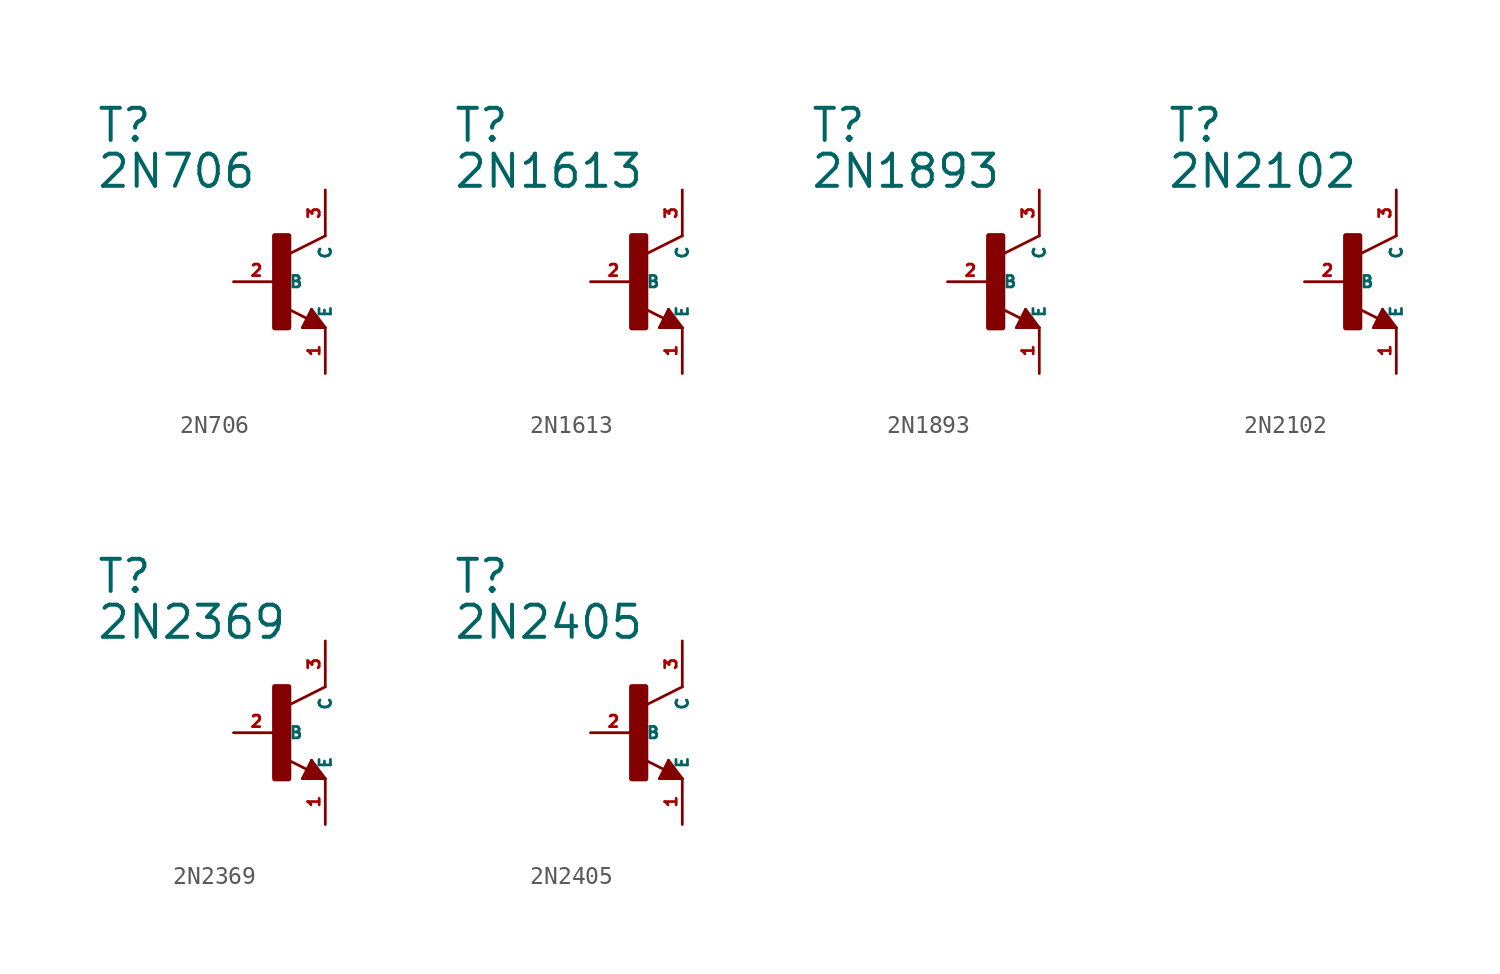
<source format=kicad_sym>
(kicad_symbol_lib
  (version 20220914)
  (generator Eagle2Kicad)
  (symbol "2N706"
    (property "Reference" "T"
      (at -10.16 7.62 0)
      (effects (font (size 1.778 1.778) (thickness 0.22)) (justify left bottom)))
    (property "Value" "2N706"
      (at -10.16 5.08 0)
      (effects (font (size 1.778 1.778) (thickness 0.22)) (justify left bottom)))
    (polyline
      (pts (xy 2.54 2.54) (xy 0.508 1.524))
      (stroke (width 0.152) (type default))
      (fill (type none)))
    (polyline
      (pts (xy 1.778 -1.524) (xy 2.54 -2.54))
      (stroke (width 0.152) (type default))
      (fill (type none)))
    (polyline
      (pts (xy 2.54 -2.54) (xy 1.27 -2.54))
      (stroke (width 0.152) (type default))
      (fill (type none)))
    (polyline
      (pts (xy 1.27 -2.54) (xy 1.778 -1.524))
      (stroke (width 0.152) (type default))
      (fill (type none)))
    (polyline
      (pts (xy 1.54 -2.04) (xy 0.308 -1.424))
      (stroke (width 0.152) (type default))
      (fill (type none)))
    (polyline
      (pts (xy 1.524 -2.413) (xy 2.286 -2.413))
      (stroke (width 0.254) (type default))
      (fill (type none)))
    (polyline
      (pts (xy 2.286 -2.413) (xy 1.778 -1.778))
      (stroke (width 0.254) (type default))
      (fill (type none)))
    (polyline
      (pts (xy 1.778 -1.778) (xy 1.524 -2.286))
      (stroke (width 0.254) (type default))
      (fill (type none)))
    (polyline
      (pts (xy 1.524 -2.286) (xy 1.905 -2.286))
      (stroke (width 0.254) (type default))
      (fill (type none)))
    (polyline
      (pts (xy 1.905 -2.286) (xy 1.778 -2.032))
      (stroke (width 0.254) (type default))
      (fill (type none)))
    (rectangle
      (start -0.254 -2.54)
      (end 0.508 2.54)
      (stroke (width 0.3) (type default))
      (fill (type outline)))
    (pin passive line
      (at -2.54 0 0)
      (length 2.54)
      (name "B" (effects (font (size 0.635 0.635) (thickness 0.08)) (justify left bottom)))
      (number "2" (effects (font (size 0.635 0.635) (thickness 0.08)) (justify left bottom))))
    (pin passive line
      (at 2.54 -5.08 90)
      (length 2.54)
      (name "E" (effects (font (size 0.635 0.635) (thickness 0.08)) (justify left bottom)))
      (number "1" (effects (font (size 0.635 0.635) (thickness 0.08)) (justify left bottom))))
    (pin passive line
      (at 2.54 5.08 270)
      (length 2.54)
      (name "C" (effects (font (size 0.635 0.635) (thickness 0.08)) (justify left bottom)))
      (number "3" (effects (font (size 0.635 0.635) (thickness 0.08)) (justify left bottom)))))
  (symbol "2N1613"
    (property "Reference" "T"
      (at -10.16 7.62 0)
      (effects (font (size 1.778 1.778) (thickness 0.22)) (justify left bottom)))
    (property "Value" "2N1613"
      (at -10.16 5.08 0)
      (effects (font (size 1.778 1.778) (thickness 0.22)) (justify left bottom)))
    (polyline
      (pts (xy 2.54 2.54) (xy 0.508 1.524))
      (stroke (width 0.152) (type default))
      (fill (type none)))
    (polyline
      (pts (xy 1.778 -1.524) (xy 2.54 -2.54))
      (stroke (width 0.152) (type default))
      (fill (type none)))
    (polyline
      (pts (xy 2.54 -2.54) (xy 1.27 -2.54))
      (stroke (width 0.152) (type default))
      (fill (type none)))
    (polyline
      (pts (xy 1.27 -2.54) (xy 1.778 -1.524))
      (stroke (width 0.152) (type default))
      (fill (type none)))
    (polyline
      (pts (xy 1.54 -2.04) (xy 0.308 -1.424))
      (stroke (width 0.152) (type default))
      (fill (type none)))
    (polyline
      (pts (xy 1.524 -2.413) (xy 2.286 -2.413))
      (stroke (width 0.254) (type default))
      (fill (type none)))
    (polyline
      (pts (xy 2.286 -2.413) (xy 1.778 -1.778))
      (stroke (width 0.254) (type default))
      (fill (type none)))
    (polyline
      (pts (xy 1.778 -1.778) (xy 1.524 -2.286))
      (stroke (width 0.254) (type default))
      (fill (type none)))
    (polyline
      (pts (xy 1.524 -2.286) (xy 1.905 -2.286))
      (stroke (width 0.254) (type default))
      (fill (type none)))
    (polyline
      (pts (xy 1.905 -2.286) (xy 1.778 -2.032))
      (stroke (width 0.254) (type default))
      (fill (type none)))
    (rectangle
      (start -0.254 -2.54)
      (end 0.508 2.54)
      (stroke (width 0.3) (type default))
      (fill (type outline)))
    (pin passive line
      (at -2.54 0 0)
      (length 2.54)
      (name "B" (effects (font (size 0.635 0.635) (thickness 0.08)) (justify left bottom)))
      (number "2" (effects (font (size 0.635 0.635) (thickness 0.08)) (justify left bottom))))
    (pin passive line
      (at 2.54 -5.08 90)
      (length 2.54)
      (name "E" (effects (font (size 0.635 0.635) (thickness 0.08)) (justify left bottom)))
      (number "1" (effects (font (size 0.635 0.635) (thickness 0.08)) (justify left bottom))))
    (pin passive line
      (at 2.54 5.08 270)
      (length 2.54)
      (name "C" (effects (font (size 0.635 0.635) (thickness 0.08)) (justify left bottom)))
      (number "3" (effects (font (size 0.635 0.635) (thickness 0.08)) (justify left bottom)))))
  (symbol "2N1893"
    (property "Reference" "T"
      (at -10.16 7.62 0)
      (effects (font (size 1.778 1.778) (thickness 0.22)) (justify left bottom)))
    (property "Value" "2N1893"
      (at -10.16 5.08 0)
      (effects (font (size 1.778 1.778) (thickness 0.22)) (justify left bottom)))
    (polyline
      (pts (xy 2.54 2.54) (xy 0.508 1.524))
      (stroke (width 0.152) (type default))
      (fill (type none)))
    (polyline
      (pts (xy 1.778 -1.524) (xy 2.54 -2.54))
      (stroke (width 0.152) (type default))
      (fill (type none)))
    (polyline
      (pts (xy 2.54 -2.54) (xy 1.27 -2.54))
      (stroke (width 0.152) (type default))
      (fill (type none)))
    (polyline
      (pts (xy 1.27 -2.54) (xy 1.778 -1.524))
      (stroke (width 0.152) (type default))
      (fill (type none)))
    (polyline
      (pts (xy 1.54 -2.04) (xy 0.308 -1.424))
      (stroke (width 0.152) (type default))
      (fill (type none)))
    (polyline
      (pts (xy 1.524 -2.413) (xy 2.286 -2.413))
      (stroke (width 0.254) (type default))
      (fill (type none)))
    (polyline
      (pts (xy 2.286 -2.413) (xy 1.778 -1.778))
      (stroke (width 0.254) (type default))
      (fill (type none)))
    (polyline
      (pts (xy 1.778 -1.778) (xy 1.524 -2.286))
      (stroke (width 0.254) (type default))
      (fill (type none)))
    (polyline
      (pts (xy 1.524 -2.286) (xy 1.905 -2.286))
      (stroke (width 0.254) (type default))
      (fill (type none)))
    (polyline
      (pts (xy 1.905 -2.286) (xy 1.778 -2.032))
      (stroke (width 0.254) (type default))
      (fill (type none)))
    (rectangle
      (start -0.254 -2.54)
      (end 0.508 2.54)
      (stroke (width 0.3) (type default))
      (fill (type outline)))
    (pin passive line
      (at -2.54 0 0)
      (length 2.54)
      (name "B" (effects (font (size 0.635 0.635) (thickness 0.08)) (justify left bottom)))
      (number "2" (effects (font (size 0.635 0.635) (thickness 0.08)) (justify left bottom))))
    (pin passive line
      (at 2.54 -5.08 90)
      (length 2.54)
      (name "E" (effects (font (size 0.635 0.635) (thickness 0.08)) (justify left bottom)))
      (number "1" (effects (font (size 0.635 0.635) (thickness 0.08)) (justify left bottom))))
    (pin passive line
      (at 2.54 5.08 270)
      (length 2.54)
      (name "C" (effects (font (size 0.635 0.635) (thickness 0.08)) (justify left bottom)))
      (number "3" (effects (font (size 0.635 0.635) (thickness 0.08)) (justify left bottom)))))
  (symbol "2N2102"
    (property "Reference" "T"
      (at -10.16 7.62 0)
      (effects (font (size 1.778 1.778) (thickness 0.22)) (justify left bottom)))
    (property "Value" "2N2102"
      (at -10.16 5.08 0)
      (effects (font (size 1.778 1.778) (thickness 0.22)) (justify left bottom)))
    (polyline
      (pts (xy 2.54 2.54) (xy 0.508 1.524))
      (stroke (width 0.152) (type default))
      (fill (type none)))
    (polyline
      (pts (xy 1.778 -1.524) (xy 2.54 -2.54))
      (stroke (width 0.152) (type default))
      (fill (type none)))
    (polyline
      (pts (xy 2.54 -2.54) (xy 1.27 -2.54))
      (stroke (width 0.152) (type default))
      (fill (type none)))
    (polyline
      (pts (xy 1.27 -2.54) (xy 1.778 -1.524))
      (stroke (width 0.152) (type default))
      (fill (type none)))
    (polyline
      (pts (xy 1.54 -2.04) (xy 0.308 -1.424))
      (stroke (width 0.152) (type default))
      (fill (type none)))
    (polyline
      (pts (xy 1.524 -2.413) (xy 2.286 -2.413))
      (stroke (width 0.254) (type default))
      (fill (type none)))
    (polyline
      (pts (xy 2.286 -2.413) (xy 1.778 -1.778))
      (stroke (width 0.254) (type default))
      (fill (type none)))
    (polyline
      (pts (xy 1.778 -1.778) (xy 1.524 -2.286))
      (stroke (width 0.254) (type default))
      (fill (type none)))
    (polyline
      (pts (xy 1.524 -2.286) (xy 1.905 -2.286))
      (stroke (width 0.254) (type default))
      (fill (type none)))
    (polyline
      (pts (xy 1.905 -2.286) (xy 1.778 -2.032))
      (stroke (width 0.254) (type default))
      (fill (type none)))
    (rectangle
      (start -0.254 -2.54)
      (end 0.508 2.54)
      (stroke (width 0.3) (type default))
      (fill (type outline)))
    (pin passive line
      (at -2.54 0 0)
      (length 2.54)
      (name "B" (effects (font (size 0.635 0.635) (thickness 0.08)) (justify left bottom)))
      (number "2" (effects (font (size 0.635 0.635) (thickness 0.08)) (justify left bottom))))
    (pin passive line
      (at 2.54 -5.08 90)
      (length 2.54)
      (name "E" (effects (font (size 0.635 0.635) (thickness 0.08)) (justify left bottom)))
      (number "1" (effects (font (size 0.635 0.635) (thickness 0.08)) (justify left bottom))))
    (pin passive line
      (at 2.54 5.08 270)
      (length 2.54)
      (name "C" (effects (font (size 0.635 0.635) (thickness 0.08)) (justify left bottom)))
      (number "3" (effects (font (size 0.635 0.635) (thickness 0.08)) (justify left bottom)))))
  (symbol "2N2369"
    (property "Reference" "T"
      (at -10.16 7.62 0)
      (effects (font (size 1.778 1.778) (thickness 0.22)) (justify left bottom)))
    (property "Value" "2N2369"
      (at -10.16 5.08 0)
      (effects (font (size 1.778 1.778) (thickness 0.22)) (justify left bottom)))
    (polyline
      (pts (xy 2.54 2.54) (xy 0.508 1.524))
      (stroke (width 0.152) (type default))
      (fill (type none)))
    (polyline
      (pts (xy 1.778 -1.524) (xy 2.54 -2.54))
      (stroke (width 0.152) (type default))
      (fill (type none)))
    (polyline
      (pts (xy 2.54 -2.54) (xy 1.27 -2.54))
      (stroke (width 0.152) (type default))
      (fill (type none)))
    (polyline
      (pts (xy 1.27 -2.54) (xy 1.778 -1.524))
      (stroke (width 0.152) (type default))
      (fill (type none)))
    (polyline
      (pts (xy 1.54 -2.04) (xy 0.308 -1.424))
      (stroke (width 0.152) (type default))
      (fill (type none)))
    (polyline
      (pts (xy 1.524 -2.413) (xy 2.286 -2.413))
      (stroke (width 0.254) (type default))
      (fill (type none)))
    (polyline
      (pts (xy 2.286 -2.413) (xy 1.778 -1.778))
      (stroke (width 0.254) (type default))
      (fill (type none)))
    (polyline
      (pts (xy 1.778 -1.778) (xy 1.524 -2.286))
      (stroke (width 0.254) (type default))
      (fill (type none)))
    (polyline
      (pts (xy 1.524 -2.286) (xy 1.905 -2.286))
      (stroke (width 0.254) (type default))
      (fill (type none)))
    (polyline
      (pts (xy 1.905 -2.286) (xy 1.778 -2.032))
      (stroke (width 0.254) (type default))
      (fill (type none)))
    (rectangle
      (start -0.254 -2.54)
      (end 0.508 2.54)
      (stroke (width 0.3) (type default))
      (fill (type outline)))
    (pin passive line
      (at -2.54 0 0)
      (length 2.54)
      (name "B" (effects (font (size 0.635 0.635) (thickness 0.08)) (justify left bottom)))
      (number "2" (effects (font (size 0.635 0.635) (thickness 0.08)) (justify left bottom))))
    (pin passive line
      (at 2.54 -5.08 90)
      (length 2.54)
      (name "E" (effects (font (size 0.635 0.635) (thickness 0.08)) (justify left bottom)))
      (number "1" (effects (font (size 0.635 0.635) (thickness 0.08)) (justify left bottom))))
    (pin passive line
      (at 2.54 5.08 270)
      (length 2.54)
      (name "C" (effects (font (size 0.635 0.635) (thickness 0.08)) (justify left bottom)))
      (number "3" (effects (font (size 0.635 0.635) (thickness 0.08)) (justify left bottom)))))
  (symbol "2N2405"
    (property "Reference" "T"
      (at -10.16 7.62 0)
      (effects (font (size 1.778 1.778) (thickness 0.22)) (justify left bottom)))
    (property "Value" "2N2405"
      (at -10.16 5.08 0)
      (effects (font (size 1.778 1.778) (thickness 0.22)) (justify left bottom)))
    (polyline
      (pts (xy 2.54 2.54) (xy 0.508 1.524))
      (stroke (width 0.152) (type default))
      (fill (type none)))
    (polyline
      (pts (xy 1.778 -1.524) (xy 2.54 -2.54))
      (stroke (width 0.152) (type default))
      (fill (type none)))
    (polyline
      (pts (xy 2.54 -2.54) (xy 1.27 -2.54))
      (stroke (width 0.152) (type default))
      (fill (type none)))
    (polyline
      (pts (xy 1.27 -2.54) (xy 1.778 -1.524))
      (stroke (width 0.152) (type default))
      (fill (type none)))
    (polyline
      (pts (xy 1.54 -2.04) (xy 0.308 -1.424))
      (stroke (width 0.152) (type default))
      (fill (type none)))
    (polyline
      (pts (xy 1.524 -2.413) (xy 2.286 -2.413))
      (stroke (width 0.254) (type default))
      (fill (type none)))
    (polyline
      (pts (xy 2.286 -2.413) (xy 1.778 -1.778))
      (stroke (width 0.254) (type default))
      (fill (type none)))
    (polyline
      (pts (xy 1.778 -1.778) (xy 1.524 -2.286))
      (stroke (width 0.254) (type default))
      (fill (type none)))
    (polyline
      (pts (xy 1.524 -2.286) (xy 1.905 -2.286))
      (stroke (width 0.254) (type default))
      (fill (type none)))
    (polyline
      (pts (xy 1.905 -2.286) (xy 1.778 -2.032))
      (stroke (width 0.254) (type default))
      (fill (type none)))
    (rectangle
      (start -0.254 -2.54)
      (end 0.508 2.54)
      (stroke (width 0.3) (type default))
      (fill (type outline)))
    (pin passive line
      (at -2.54 0 0)
      (length 2.54)
      (name "B" (effects (font (size 0.635 0.635) (thickness 0.08)) (justify left bottom)))
      (number "2" (effects (font (size 0.635 0.635) (thickness 0.08)) (justify left bottom))))
    (pin passive line
      (at 2.54 -5.08 90)
      (length 2.54)
      (name "E" (effects (font (size 0.635 0.635) (thickness 0.08)) (justify left bottom)))
      (number "1" (effects (font (size 0.635 0.635) (thickness 0.08)) (justify left bottom))))
    (pin passive line
      (at 2.54 5.08 270)
      (length 2.54)
      (name "C" (effects (font (size 0.635 0.635) (thickness 0.08)) (justify left bottom)))
      (number "3" (effects (font (size 0.635 0.635) (thickness 0.08)) (justify left bottom))))))
</source>
